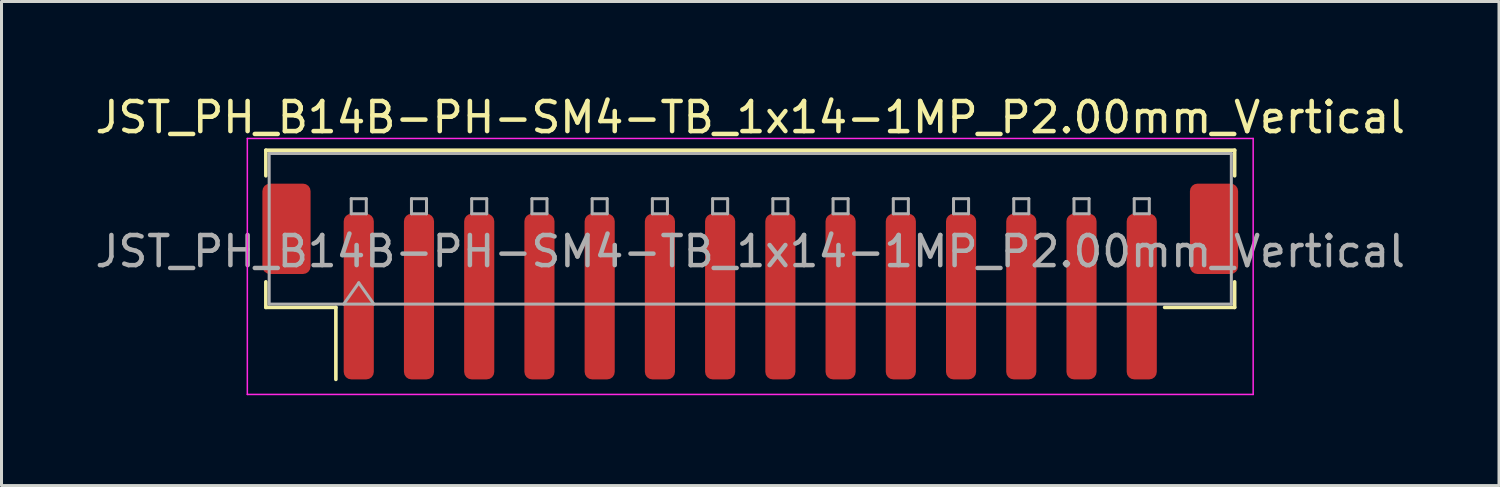
<source format=kicad_pcb>
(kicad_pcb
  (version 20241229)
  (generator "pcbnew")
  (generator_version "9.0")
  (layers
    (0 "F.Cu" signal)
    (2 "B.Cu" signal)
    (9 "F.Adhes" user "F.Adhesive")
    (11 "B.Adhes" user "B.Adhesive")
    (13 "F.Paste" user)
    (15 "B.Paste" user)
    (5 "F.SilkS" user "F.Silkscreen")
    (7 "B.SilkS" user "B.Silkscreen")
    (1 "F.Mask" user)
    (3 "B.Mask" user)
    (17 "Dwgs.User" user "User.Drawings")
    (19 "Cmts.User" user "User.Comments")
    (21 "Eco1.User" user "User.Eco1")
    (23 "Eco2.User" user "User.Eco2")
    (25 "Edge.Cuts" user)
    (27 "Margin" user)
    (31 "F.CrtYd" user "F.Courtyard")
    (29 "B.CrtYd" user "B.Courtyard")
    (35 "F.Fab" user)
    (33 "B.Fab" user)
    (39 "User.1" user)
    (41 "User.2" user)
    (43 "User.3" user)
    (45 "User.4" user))
  (footprint "JST_PH_B14B-PH-SM4-TB_1x14-1MP_P2.00mm_Vertical"
    (layer "F.Cu")
    (at 21.863 6.298)
    (property "Reference" "JST_PH_B14B-PH-SM4-TB_1x14-1MP_P2.00mm_Vertical" (at 0 -5.45 0) (layer "F.SilkS") (effects (font (size 1 1) (thickness 0.15))))
    (attr smd)
    (fp_line (start -16.085 -4.36) (end 16.085 -4.36) (stroke (width 0.12) (type solid)) (layer "F.SilkS"))
    (fp_line (start -16.085 -3.51) (end -16.085 -4.36) (stroke (width 0.12) (type solid)) (layer "F.SilkS"))
    (fp_line (start -16.085 0.01) (end -16.085 0.86) (stroke (width 0.12) (type solid)) (layer "F.SilkS"))
    (fp_line (start -16.085 0.86) (end -13.76 0.86) (stroke (width 0.12) (type solid)) (layer "F.SilkS"))
    (fp_line (start -13.76 0.86) (end -13.76 3.25) (stroke (width 0.12) (type solid)) (layer "F.SilkS"))
    (fp_line (start 16.085 -4.36) (end 16.085 -3.51) (stroke (width 0.12) (type solid)) (layer "F.SilkS"))
    (fp_line (start 16.085 0.01) (end 16.085 0.86) (stroke (width 0.12) (type solid)) (layer "F.SilkS"))
    (fp_line (start 16.085 0.86) (end 13.76 0.86) (stroke (width 0.12) (type solid)) (layer "F.SilkS"))
    (fp_line (start -16.7 -4.75) (end -16.7 3.75) (stroke (width 0.05) (type solid)) (layer "F.CrtYd"))
    (fp_line (start -16.7 3.75) (end 16.7 3.75) (stroke (width 0.05) (type solid)) (layer "F.CrtYd"))
    (fp_line (start 16.7 -4.75) (end -16.7 -4.75) (stroke (width 0.05) (type solid)) (layer "F.CrtYd"))
    (fp_line (start 16.7 3.75) (end 16.7 -4.75) (stroke (width 0.05) (type solid)) (layer "F.CrtYd"))
    (fp_line (start -15.975 -4.25) (end 15.975 -4.25) (stroke (width 0.1) (type solid)) (layer "F.Fab"))
    (fp_line (start -15.975 0.75) (end -15.975 -4.25) (stroke (width 0.1) (type solid)) (layer "F.Fab"))
    (fp_line (start -15.975 0.75) (end 15.975 0.75) (stroke (width 0.1) (type solid)) (layer "F.Fab"))
    (fp_line (start -13.5 0.75) (end -13 0.043) (stroke (width 0.1) (type solid)) (layer "F.Fab"))
    (fp_line (start -13.25 -2.75) (end -13.25 -2.25) (stroke (width 0.1) (type solid)) (layer "F.Fab"))
    (fp_line (start -13.25 -2.25) (end -12.75 -2.25) (stroke (width 0.1) (type solid)) (layer "F.Fab"))
    (fp_line (start -13 0.043) (end -12.5 0.75) (stroke (width 0.1) (type solid)) (layer "F.Fab"))
    (fp_line (start -12.75 -2.75) (end -13.25 -2.75) (stroke (width 0.1) (type solid)) (layer "F.Fab"))
    (fp_line (start -12.75 -2.25) (end -12.75 -2.75) (stroke (width 0.1) (type solid)) (layer "F.Fab"))
    (fp_line (start -11.25 -2.75) (end -11.25 -2.25) (stroke (width 0.1) (type solid)) (layer "F.Fab"))
    (fp_line (start -11.25 -2.25) (end -10.75 -2.25) (stroke (width 0.1) (type solid)) (layer "F.Fab"))
    (fp_line (start -10.75 -2.75) (end -11.25 -2.75) (stroke (width 0.1) (type solid)) (layer "F.Fab"))
    (fp_line (start -10.75 -2.25) (end -10.75 -2.75) (stroke (width 0.1) (type solid)) (layer "F.Fab"))
    (fp_line (start -9.25 -2.75) (end -9.25 -2.25) (stroke (width 0.1) (type solid)) (layer "F.Fab"))
    (fp_line (start -9.25 -2.25) (end -8.75 -2.25) (stroke (width 0.1) (type solid)) (layer "F.Fab"))
    (fp_line (start -8.75 -2.75) (end -9.25 -2.75) (stroke (width 0.1) (type solid)) (layer "F.Fab"))
    (fp_line (start -8.75 -2.25) (end -8.75 -2.75) (stroke (width 0.1) (type solid)) (layer "F.Fab"))
    (fp_line (start -7.25 -2.75) (end -7.25 -2.25) (stroke (width 0.1) (type solid)) (layer "F.Fab"))
    (fp_line (start -7.25 -2.25) (end -6.75 -2.25) (stroke (width 0.1) (type solid)) (layer "F.Fab"))
    (fp_line (start -6.75 -2.75) (end -7.25 -2.75) (stroke (width 0.1) (type solid)) (layer "F.Fab"))
    (fp_line (start -6.75 -2.25) (end -6.75 -2.75) (stroke (width 0.1) (type solid)) (layer "F.Fab"))
    (fp_line (start -5.25 -2.75) (end -5.25 -2.25) (stroke (width 0.1) (type solid)) (layer "F.Fab"))
    (fp_line (start -5.25 -2.25) (end -4.75 -2.25) (stroke (width 0.1) (type solid)) (layer "F.Fab"))
    (fp_line (start -4.75 -2.75) (end -5.25 -2.75) (stroke (width 0.1) (type solid)) (layer "F.Fab"))
    (fp_line (start -4.75 -2.25) (end -4.75 -2.75) (stroke (width 0.1) (type solid)) (layer "F.Fab"))
    (fp_line (start -3.25 -2.75) (end -3.25 -2.25) (stroke (width 0.1) (type solid)) (layer "F.Fab"))
    (fp_line (start -3.25 -2.25) (end -2.75 -2.25) (stroke (width 0.1) (type solid)) (layer "F.Fab"))
    (fp_line (start -2.75 -2.75) (end -3.25 -2.75) (stroke (width 0.1) (type solid)) (layer "F.Fab"))
    (fp_line (start -2.75 -2.25) (end -2.75 -2.75) (stroke (width 0.1) (type solid)) (layer "F.Fab"))
    (fp_line (start -1.25 -2.75) (end -1.25 -2.25) (stroke (width 0.1) (type solid)) (layer "F.Fab"))
    (fp_line (start -1.25 -2.25) (end -0.75 -2.25) (stroke (width 0.1) (type solid)) (layer "F.Fab"))
    (fp_line (start -0.75 -2.75) (end -1.25 -2.75) (stroke (width 0.1) (type solid)) (layer "F.Fab"))
    (fp_line (start -0.75 -2.25) (end -0.75 -2.75) (stroke (width 0.1) (type solid)) (layer "F.Fab"))
    (fp_line (start 0.75 -2.75) (end 0.75 -2.25) (stroke (width 0.1) (type solid)) (layer "F.Fab"))
    (fp_line (start 0.75 -2.25) (end 1.25 -2.25) (stroke (width 0.1) (type solid)) (layer "F.Fab"))
    (fp_line (start 1.25 -2.75) (end 0.75 -2.75) (stroke (width 0.1) (type solid)) (layer "F.Fab"))
    (fp_line (start 1.25 -2.25) (end 1.25 -2.75) (stroke (width 0.1) (type solid)) (layer "F.Fab"))
    (fp_line (start 2.75 -2.75) (end 2.75 -2.25) (stroke (width 0.1) (type solid)) (layer "F.Fab"))
    (fp_line (start 2.75 -2.25) (end 3.25 -2.25) (stroke (width 0.1) (type solid)) (layer "F.Fab"))
    (fp_line (start 3.25 -2.75) (end 2.75 -2.75) (stroke (width 0.1) (type solid)) (layer "F.Fab"))
    (fp_line (start 3.25 -2.25) (end 3.25 -2.75) (stroke (width 0.1) (type solid)) (layer "F.Fab"))
    (fp_line (start 4.75 -2.75) (end 4.75 -2.25) (stroke (width 0.1) (type solid)) (layer "F.Fab"))
    (fp_line (start 4.75 -2.25) (end 5.25 -2.25) (stroke (width 0.1) (type solid)) (layer "F.Fab"))
    (fp_line (start 5.25 -2.75) (end 4.75 -2.75) (stroke (width 0.1) (type solid)) (layer "F.Fab"))
    (fp_line (start 5.25 -2.25) (end 5.25 -2.75) (stroke (width 0.1) (type solid)) (layer "F.Fab"))
    (fp_line (start 6.75 -2.75) (end 6.75 -2.25) (stroke (width 0.1) (type solid)) (layer "F.Fab"))
    (fp_line (start 6.75 -2.25) (end 7.25 -2.25) (stroke (width 0.1) (type solid)) (layer "F.Fab"))
    (fp_line (start 7.25 -2.75) (end 6.75 -2.75) (stroke (width 0.1) (type solid)) (layer "F.Fab"))
    (fp_line (start 7.25 -2.25) (end 7.25 -2.75) (stroke (width 0.1) (type solid)) (layer "F.Fab"))
    (fp_line (start 8.75 -2.75) (end 8.75 -2.25) (stroke (width 0.1) (type solid)) (layer "F.Fab"))
    (fp_line (start 8.75 -2.25) (end 9.25 -2.25) (stroke (width 0.1) (type solid)) (layer "F.Fab"))
    (fp_line (start 9.25 -2.75) (end 8.75 -2.75) (stroke (width 0.1) (type solid)) (layer "F.Fab"))
    (fp_line (start 9.25 -2.25) (end 9.25 -2.75) (stroke (width 0.1) (type solid)) (layer "F.Fab"))
    (fp_line (start 10.75 -2.75) (end 10.75 -2.25) (stroke (width 0.1) (type solid)) (layer "F.Fab"))
    (fp_line (start 10.75 -2.25) (end 11.25 -2.25) (stroke (width 0.1) (type solid)) (layer "F.Fab"))
    (fp_line (start 11.25 -2.75) (end 10.75 -2.75) (stroke (width 0.1) (type solid)) (layer "F.Fab"))
    (fp_line (start 11.25 -2.25) (end 11.25 -2.75) (stroke (width 0.1) (type solid)) (layer "F.Fab"))
    (fp_line (start 12.75 -2.75) (end 12.75 -2.25) (stroke (width 0.1) (type solid)) (layer "F.Fab"))
    (fp_line (start 12.75 -2.25) (end 13.25 -2.25) (stroke (width 0.1) (type solid)) (layer "F.Fab"))
    (fp_line (start 13.25 -2.75) (end 12.75 -2.75) (stroke (width 0.1) (type solid)) (layer "F.Fab"))
    (fp_line (start 13.25 -2.25) (end 13.25 -2.75) (stroke (width 0.1) (type solid)) (layer "F.Fab"))
    (fp_line (start 15.975 0.75) (end 15.975 -4.25) (stroke (width 0.1) (type solid)) (layer "F.Fab"))
    (fp_text user "${REFERENCE}" (at 0 -1 0) (layer "F.Fab") (effects (font (size 1 1) (thickness 0.15))))
    (pad "1" smd roundrect (at -13 0.5) (size 1 5.5) (layers "F.Cu" "F.Mask" "F.Paste") (roundrect_rratio 0.25))
    (pad "2" smd roundrect (at -11 0.5) (size 1 5.5) (layers "F.Cu" "F.Mask" "F.Paste") (roundrect_rratio 0.25))
    (pad "3" smd roundrect (at -9 0.5) (size 1 5.5) (layers "F.Cu" "F.Mask" "F.Paste") (roundrect_rratio 0.25))
    (pad "4" smd roundrect (at -7 0.5) (size 1 5.5) (layers "F.Cu" "F.Mask" "F.Paste") (roundrect_rratio 0.25))
    (pad "5" smd roundrect (at -5 0.5) (size 1 5.5) (layers "F.Cu" "F.Mask" "F.Paste") (roundrect_rratio 0.25))
    (pad "6" smd roundrect (at -3 0.5) (size 1 5.5) (layers "F.Cu" "F.Mask" "F.Paste") (roundrect_rratio 0.25))
    (pad "7" smd roundrect (at -1 0.5) (size 1 5.5) (layers "F.Cu" "F.Mask" "F.Paste") (roundrect_rratio 0.25))
    (pad "8" smd roundrect (at 1 0.5) (size 1 5.5) (layers "F.Cu" "F.Mask" "F.Paste") (roundrect_rratio 0.25))
    (pad "9" smd roundrect (at 3 0.5) (size 1 5.5) (layers "F.Cu" "F.Mask" "F.Paste") (roundrect_rratio 0.25))
    (pad "10" smd roundrect (at 5 0.5) (size 1 5.5) (layers "F.Cu" "F.Mask" "F.Paste") (roundrect_rratio 0.25))
    (pad "11" smd roundrect (at 7 0.5) (size 1 5.5) (layers "F.Cu" "F.Mask" "F.Paste") (roundrect_rratio 0.25))
    (pad "12" smd roundrect (at 9 0.5) (size 1 5.5) (layers "F.Cu" "F.Mask" "F.Paste") (roundrect_rratio 0.25))
    (pad "13" smd roundrect (at 11 0.5) (size 1 5.5) (layers "F.Cu" "F.Mask" "F.Paste") (roundrect_rratio 0.25))
    (pad "14" smd roundrect (at 13 0.5) (size 1 5.5) (layers "F.Cu" "F.Mask" "F.Paste") (roundrect_rratio 0.25))
    (pad "MP" smd roundrect (at -15.4 -1.75) (size 1.6 3) (layers "F.Cu" "F.Mask" "F.Paste") (roundrect_rratio 0.156))
    (pad "MP" smd roundrect (at 15.4 -1.75) (size 1.6 3) (layers "F.Cu" "F.Mask" "F.Paste") (roundrect_rratio 0.156)))
  (gr_rect
    (start -3 -3)
    (end 46.726 13.073)
    (stroke (width 0.1) (type default))
    (fill no)
    (layer "Edge.Cuts")))
</source>
